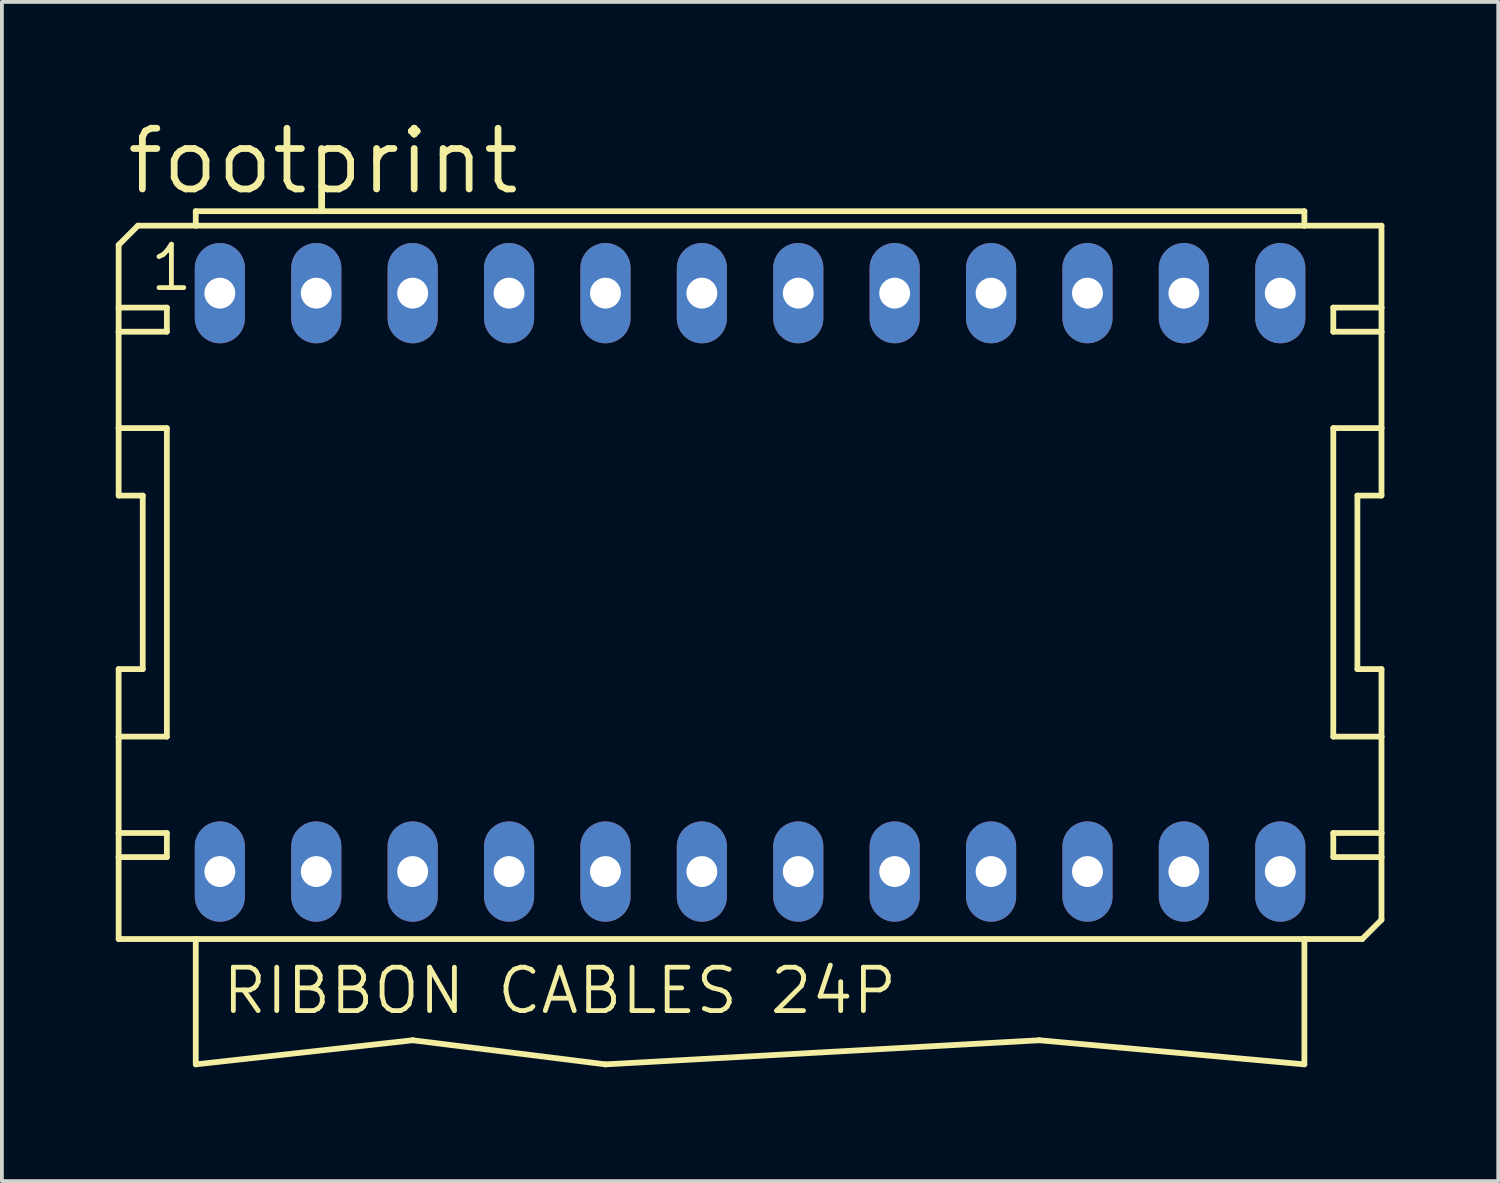
<source format=kicad_pcb>
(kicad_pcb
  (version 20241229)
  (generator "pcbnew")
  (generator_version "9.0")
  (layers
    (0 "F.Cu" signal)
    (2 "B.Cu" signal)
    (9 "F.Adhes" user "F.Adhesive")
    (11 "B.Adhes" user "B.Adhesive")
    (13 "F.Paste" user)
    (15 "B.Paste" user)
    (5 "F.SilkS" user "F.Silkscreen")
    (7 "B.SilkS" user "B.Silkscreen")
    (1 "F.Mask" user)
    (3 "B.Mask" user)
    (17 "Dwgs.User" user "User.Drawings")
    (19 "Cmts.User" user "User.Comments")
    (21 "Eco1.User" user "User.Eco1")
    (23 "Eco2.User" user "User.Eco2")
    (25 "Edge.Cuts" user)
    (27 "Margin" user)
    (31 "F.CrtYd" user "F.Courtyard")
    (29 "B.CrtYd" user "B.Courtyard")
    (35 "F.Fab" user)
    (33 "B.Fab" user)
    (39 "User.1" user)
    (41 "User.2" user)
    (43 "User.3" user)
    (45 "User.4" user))
  (footprint "footprint"
    (layer "F.Cu")
    (at 16.713 12.294)
    (property "Reference" "footprint" (at -16.51 -10.16 0) (layer "F.SilkS") (effects (font (size 1.6 1.6) (thickness 0.178)) (justify left bottom)))
    (fp_line (start -16.637 -8.89) (end -16.637 -7.239) (stroke (width 0.152) (type solid)) (layer "F.SilkS"))
    (fp_line (start -16.637 -7.239) (end -15.367 -7.239) (stroke (width 0.152) (type solid)) (layer "F.SilkS"))
    (fp_line (start -16.637 -6.604) (end -16.637 -7.239) (stroke (width 0.152) (type solid)) (layer "F.SilkS"))
    (fp_line (start -16.637 -6.604) (end -16.637 -4.064) (stroke (width 0.152) (type solid)) (layer "F.SilkS"))
    (fp_line (start -16.637 -6.604) (end -15.367 -6.604) (stroke (width 0.152) (type solid)) (layer "F.SilkS"))
    (fp_line (start -16.637 -4.064) (end -16.637 -2.286) (stroke (width 0.152) (type solid)) (layer "F.SilkS"))
    (fp_line (start -16.637 -4.064) (end -15.367 -4.064) (stroke (width 0.152) (type solid)) (layer "F.SilkS"))
    (fp_line (start -16.637 -2.286) (end -16.002 -2.286) (stroke (width 0.152) (type solid)) (layer "F.SilkS"))
    (fp_line (start -16.637 2.286) (end -16.637 4.064) (stroke (width 0.152) (type solid)) (layer "F.SilkS"))
    (fp_line (start -16.637 4.064) (end -16.637 6.604) (stroke (width 0.152) (type solid)) (layer "F.SilkS"))
    (fp_line (start -16.637 6.604) (end -16.637 7.239) (stroke (width 0.152) (type solid)) (layer "F.SilkS"))
    (fp_line (start -16.637 6.604) (end -15.367 6.604) (stroke (width 0.152) (type solid)) (layer "F.SilkS"))
    (fp_line (start -16.637 7.239) (end -16.637 9.398) (stroke (width 0.152) (type solid)) (layer "F.SilkS"))
    (fp_line (start -16.129 -9.398) (end -16.637 -8.89) (stroke (width 0.152) (type solid)) (layer "F.SilkS"))
    (fp_line (start -16.129 -9.398) (end -14.605 -9.398) (stroke (width 0.152) (type solid)) (layer "F.SilkS"))
    (fp_line (start -16.002 2.286) (end -16.637 2.286) (stroke (width 0.152) (type solid)) (layer "F.SilkS"))
    (fp_line (start -16.002 2.286) (end -16.002 -2.286) (stroke (width 0.152) (type solid)) (layer "F.SilkS"))
    (fp_line (start -15.367 -6.604) (end -15.367 -7.239) (stroke (width 0.152) (type solid)) (layer "F.SilkS"))
    (fp_line (start -15.367 4.064) (end -16.637 4.064) (stroke (width 0.152) (type solid)) (layer "F.SilkS"))
    (fp_line (start -15.367 4.064) (end -15.367 -4.064) (stroke (width 0.152) (type solid)) (layer "F.SilkS"))
    (fp_line (start -15.367 7.239) (end -16.637 7.239) (stroke (width 0.152) (type solid)) (layer "F.SilkS"))
    (fp_line (start -15.367 7.239) (end -15.367 6.604) (stroke (width 0.152) (type solid)) (layer "F.SilkS"))
    (fp_line (start -14.605 -9.779) (end 14.605 -9.779) (stroke (width 0.152) (type solid)) (layer "F.SilkS"))
    (fp_line (start -14.605 -9.398) (end -14.605 -9.779) (stroke (width 0.152) (type solid)) (layer "F.SilkS"))
    (fp_line (start -14.605 -9.398) (end 14.605 -9.398) (stroke (width 0.152) (type solid)) (layer "F.SilkS"))
    (fp_line (start -14.605 9.398) (end -16.637 9.398) (stroke (width 0.152) (type solid)) (layer "F.SilkS"))
    (fp_line (start -14.605 9.398) (end -14.605 12.7) (stroke (width 0.152) (type solid)) (layer "F.SilkS"))
    (fp_line (start -14.605 12.7) (end -8.89 12.065) (stroke (width 0.152) (type solid)) (layer "F.SilkS"))
    (fp_line (start -8.89 12.065) (end -3.81 12.7) (stroke (width 0.152) (type solid)) (layer "F.SilkS"))
    (fp_line (start -3.81 12.7) (end 7.62 12.065) (stroke (width 0.152) (type solid)) (layer "F.SilkS"))
    (fp_line (start 7.62 12.065) (end 14.605 12.7) (stroke (width 0.152) (type solid)) (layer "F.SilkS"))
    (fp_line (start 14.605 -9.779) (end 14.605 -9.398) (stroke (width 0.152) (type solid)) (layer "F.SilkS"))
    (fp_line (start 14.605 -9.398) (end 16.637 -9.398) (stroke (width 0.152) (type solid)) (layer "F.SilkS"))
    (fp_line (start 14.605 9.398) (end -14.605 9.398) (stroke (width 0.152) (type solid)) (layer "F.SilkS"))
    (fp_line (start 14.605 12.7) (end 14.605 9.398) (stroke (width 0.152) (type solid)) (layer "F.SilkS"))
    (fp_line (start 15.367 -7.239) (end 15.367 -6.604) (stroke (width 0.152) (type solid)) (layer "F.SilkS"))
    (fp_line (start 15.367 -7.239) (end 16.637 -7.239) (stroke (width 0.152) (type solid)) (layer "F.SilkS"))
    (fp_line (start 15.367 -4.064) (end 15.367 4.064) (stroke (width 0.152) (type solid)) (layer "F.SilkS"))
    (fp_line (start 15.367 -4.064) (end 16.637 -4.064) (stroke (width 0.152) (type solid)) (layer "F.SilkS"))
    (fp_line (start 15.367 6.604) (end 15.367 7.239) (stroke (width 0.152) (type solid)) (layer "F.SilkS"))
    (fp_line (start 15.367 6.604) (end 16.637 6.604) (stroke (width 0.152) (type solid)) (layer "F.SilkS"))
    (fp_line (start 16.002 -2.286) (end 16.002 2.286) (stroke (width 0.152) (type solid)) (layer "F.SilkS"))
    (fp_line (start 16.002 -2.286) (end 16.637 -2.286) (stroke (width 0.152) (type solid)) (layer "F.SilkS"))
    (fp_line (start 16.129 9.398) (end 14.605 9.398) (stroke (width 0.152) (type solid)) (layer "F.SilkS"))
    (fp_line (start 16.637 -9.398) (end 16.637 -7.239) (stroke (width 0.152) (type solid)) (layer "F.SilkS"))
    (fp_line (start 16.637 -7.239) (end 16.637 -6.604) (stroke (width 0.152) (type solid)) (layer "F.SilkS"))
    (fp_line (start 16.637 -6.604) (end 15.367 -6.604) (stroke (width 0.152) (type solid)) (layer "F.SilkS"))
    (fp_line (start 16.637 -6.604) (end 16.637 -4.064) (stroke (width 0.152) (type solid)) (layer "F.SilkS"))
    (fp_line (start 16.637 -4.064) (end 16.637 -2.286) (stroke (width 0.152) (type solid)) (layer "F.SilkS"))
    (fp_line (start 16.637 2.286) (end 16.002 2.286) (stroke (width 0.152) (type solid)) (layer "F.SilkS"))
    (fp_line (start 16.637 2.286) (end 16.637 4.064) (stroke (width 0.152) (type solid)) (layer "F.SilkS"))
    (fp_line (start 16.637 4.064) (end 15.367 4.064) (stroke (width 0.152) (type solid)) (layer "F.SilkS"))
    (fp_line (start 16.637 4.064) (end 16.637 6.604) (stroke (width 0.152) (type solid)) (layer "F.SilkS"))
    (fp_line (start 16.637 6.604) (end 16.637 7.239) (stroke (width 0.152) (type solid)) (layer "F.SilkS"))
    (fp_line (start 16.637 7.239) (end 15.367 7.239) (stroke (width 0.152) (type solid)) (layer "F.SilkS"))
    (fp_line (start 16.637 7.239) (end 16.637 8.89) (stroke (width 0.152) (type solid)) (layer "F.SilkS"))
    (fp_line (start 16.637 8.89) (end 16.129 9.398) (stroke (width 0.152) (type solid)) (layer "F.SilkS"))
    (fp_text user "RIBBON CABLES 24P" (at -13.97 11.43 0) (layer "F.SilkS") (effects (font (size 1.143 1.143) (thickness 0.127)) (justify left bottom)))
    (fp_text user "1" (at -15.875 -7.62 0) (layer "F.SilkS") (effects (font (size 1.143 1.143) (thickness 0.127)) (justify left bottom)))
    (pad "1" thru_hole oval (at -13.97 -7.62 90) (size 2.642 1.321) (drill 0.813) (layers "*.Cu" "*.Mask"))
    (pad "2" thru_hole oval (at -13.97 7.62 90) (size 2.642 1.321) (drill 0.813) (layers "*.Cu" "*.Mask"))
    (pad "3" thru_hole oval (at -11.43 -7.62 90) (size 2.642 1.321) (drill 0.813) (layers "*.Cu" "*.Mask"))
    (pad "4" thru_hole oval (at -11.43 7.62 90) (size 2.642 1.321) (drill 0.813) (layers "*.Cu" "*.Mask"))
    (pad "5" thru_hole oval (at -8.89 -7.62 90) (size 2.642 1.321) (drill 0.813) (layers "*.Cu" "*.Mask"))
    (pad "6" thru_hole oval (at -8.89 7.62 90) (size 2.642 1.321) (drill 0.813) (layers "*.Cu" "*.Mask"))
    (pad "7" thru_hole oval (at -6.35 -7.62 90) (size 2.642 1.321) (drill 0.813) (layers "*.Cu" "*.Mask"))
    (pad "8" thru_hole oval (at -6.35 7.62 90) (size 2.642 1.321) (drill 0.813) (layers "*.Cu" "*.Mask"))
    (pad "9" thru_hole oval (at -3.81 -7.62 90) (size 2.642 1.321) (drill 0.813) (layers "*.Cu" "*.Mask"))
    (pad "10" thru_hole oval (at -3.81 7.62 90) (size 2.642 1.321) (drill 0.813) (layers "*.Cu" "*.Mask"))
    (pad "11" thru_hole oval (at -1.27 -7.62 90) (size 2.642 1.321) (drill 0.813) (layers "*.Cu" "*.Mask"))
    (pad "12" thru_hole oval (at -1.27 7.62 90) (size 2.642 1.321) (drill 0.813) (layers "*.Cu" "*.Mask"))
    (pad "13" thru_hole oval (at 1.27 -7.62 90) (size 2.642 1.321) (drill 0.813) (layers "*.Cu" "*.Mask"))
    (pad "14" thru_hole oval (at 1.27 7.62 90) (size 2.642 1.321) (drill 0.813) (layers "*.Cu" "*.Mask"))
    (pad "15" thru_hole oval (at 3.81 -7.62 90) (size 2.642 1.321) (drill 0.813) (layers "*.Cu" "*.Mask"))
    (pad "16" thru_hole oval (at 3.81 7.62 90) (size 2.642 1.321) (drill 0.813) (layers "*.Cu" "*.Mask"))
    (pad "17" thru_hole oval (at 6.35 -7.62 90) (size 2.642 1.321) (drill 0.813) (layers "*.Cu" "*.Mask"))
    (pad "18" thru_hole oval (at 6.35 7.62 90) (size 2.642 1.321) (drill 0.813) (layers "*.Cu" "*.Mask"))
    (pad "19" thru_hole oval (at 8.89 -7.62 90) (size 2.642 1.321) (drill 0.813) (layers "*.Cu" "*.Mask"))
    (pad "20" thru_hole oval (at 8.89 7.62 90) (size 2.642 1.321) (drill 0.813) (layers "*.Cu" "*.Mask"))
    (pad "21" thru_hole oval (at 11.43 -7.62 90) (size 2.642 1.321) (drill 0.813) (layers "*.Cu" "*.Mask"))
    (pad "22" thru_hole oval (at 11.43 7.62 90) (size 2.642 1.321) (drill 0.813) (layers "*.Cu" "*.Mask"))
    (pad "23" thru_hole oval (at 13.97 -7.62 90) (size 2.642 1.321) (drill 0.813) (layers "*.Cu" "*.Mask"))
    (pad "24" thru_hole oval (at 13.97 7.62 90) (size 2.642 1.321) (drill 0.813) (layers "*.Cu" "*.Mask")))
  (gr_rect
    (start -3 -3)
    (end 36.426 28.07)
    (stroke (width 0.1) (type default))
    (fill no)
    (layer "Edge.Cuts")))
</source>
